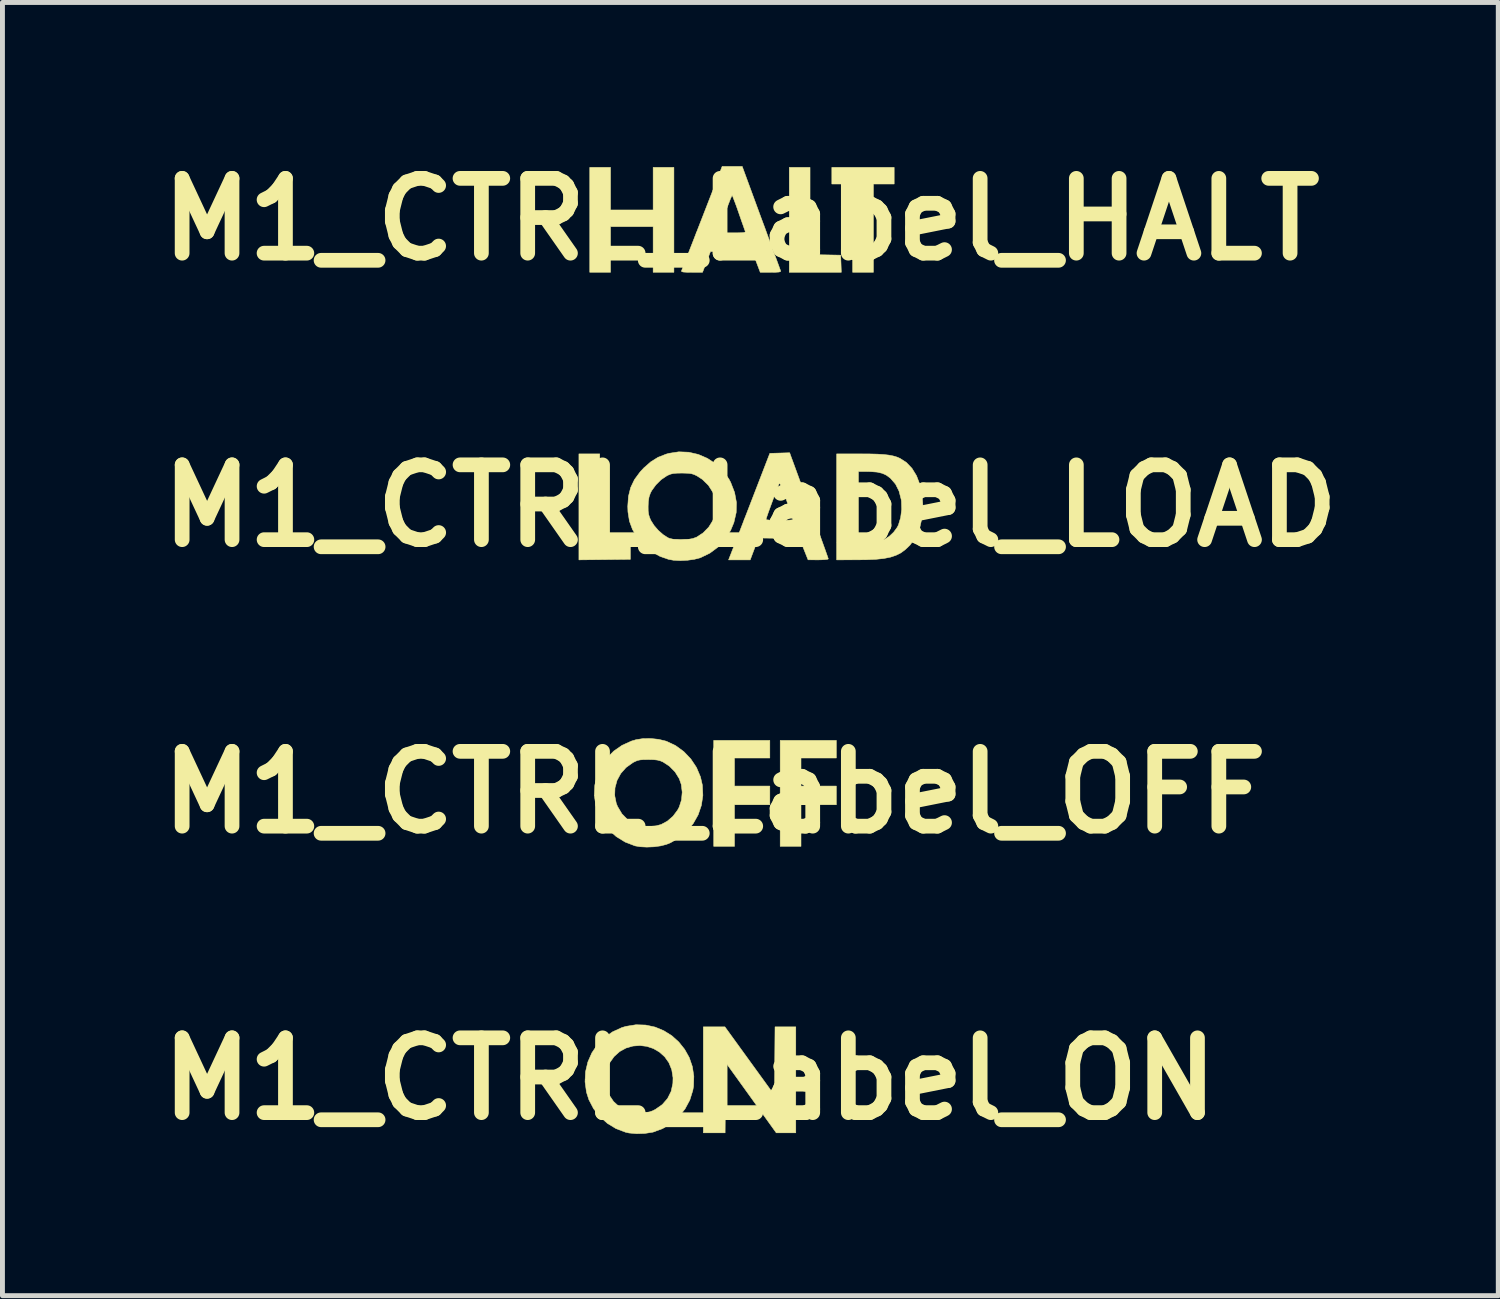
<source format=kicad_pcb>
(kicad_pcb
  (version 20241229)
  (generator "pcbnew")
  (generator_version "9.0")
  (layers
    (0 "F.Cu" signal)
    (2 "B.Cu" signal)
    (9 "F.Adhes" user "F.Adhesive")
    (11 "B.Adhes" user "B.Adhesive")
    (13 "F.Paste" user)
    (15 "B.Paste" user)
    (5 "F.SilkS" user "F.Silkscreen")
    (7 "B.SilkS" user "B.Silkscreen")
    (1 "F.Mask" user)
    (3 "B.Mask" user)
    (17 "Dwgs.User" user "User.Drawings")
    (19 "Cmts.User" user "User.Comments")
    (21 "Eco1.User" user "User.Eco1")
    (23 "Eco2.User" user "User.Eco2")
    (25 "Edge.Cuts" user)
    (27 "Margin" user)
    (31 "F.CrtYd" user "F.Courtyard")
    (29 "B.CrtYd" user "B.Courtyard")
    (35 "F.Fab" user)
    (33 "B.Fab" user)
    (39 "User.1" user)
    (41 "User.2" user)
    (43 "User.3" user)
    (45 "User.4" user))
  (footprint "M1_CTRL_Label_HALT"
    (layer "F.Cu")
    (at 12.054 1.418)
    (property "Reference" "M1_CTRL_Label_HALT" (at 0 0 0) (layer "F.SilkS") (effects (font (size 1.524 1.524) (thickness 0.3))))
    (attr through_hole)
    (fp_poly (pts (xy 1.397 0.719) (xy 1.709 0.724) (xy 2.021 0.73) (xy 2.028 0.905) (xy 2.034 1.079) (xy 0.974 1.079) (xy 0.974 -1.058) (xy 1.397 -1.058) (xy 1.397 0.719)) (stroke (width 0.01) (type solid)) (fill yes) (layer "F.SilkS"))
    (fp_poly (pts (xy 3.111 -0.72) (xy 2.688 -0.72) (xy 2.688 1.079) (xy 2.265 1.079) (xy 2.265 -0.72) (xy 1.841 -0.72) (xy 1.841 -1.058) (xy 3.111 -1.058) (xy 3.111 -0.72)) (stroke (width 0.01) (type solid)) (fill yes) (layer "F.SilkS"))
    (fp_poly (pts (xy -2.667 -0.191) (xy -1.799 -0.191) (xy -1.799 -1.058) (xy -1.376 -1.058) (xy -1.376 1.079) (xy -1.799 1.079) (xy -1.799 0.148) (xy -2.667 0.148) (xy -2.667 1.079) (xy -3.09 1.079) (xy -3.09 -1.058) (xy -2.667 -1.058) (xy -2.667 -0.191)) (stroke (width 0.01) (type solid)) (fill yes) (layer "F.SilkS"))
    (fp_poly (pts (xy 0.402 -0.026) (xy 0.477 0.175) (xy 0.546 0.365) (xy 0.61 0.539) (xy 0.667 0.694) (xy 0.716 0.826) (xy 0.755 0.932) (xy 0.782 1.007) (xy 0.797 1.047) (xy 0.799 1.053) (xy 0.793 1.066) (xy 0.761 1.074) (xy 0.696 1.078) (xy 0.596 1.079) (xy 0.383 1.079) (xy 0.303 0.868) (xy 0.222 0.656) (xy -0.205 0.656) (xy -0.631 0.656) (xy -0.712 0.868) (xy -0.793 1.079) (xy -1.013 1.079) (xy -1.115 1.078) (xy -1.181 1.074) (xy -1.215 1.066) (xy -1.222 1.054) (xy -1.222 1.053) (xy -1.213 1.029) (xy -1.189 0.969) (xy -1.153 0.877) (xy -1.107 0.757) (xy -1.051 0.612) (xy -0.986 0.446) (xy -0.92 0.275) (xy -0.486 0.275) (xy -0.199 0.275) (xy -0.083 0.275) (xy -0.004 0.273) (xy 0.045 0.269) (xy 0.07 0.262) (xy 0.078 0.251) (xy 0.075 0.238) (xy 0.063 0.207) (xy 0.041 0.142) (xy 0.009 0.053) (xy -0.028 -0.054) (xy -0.059 -0.143) (xy -0.098 -0.255) (xy -0.134 -0.352) (xy -0.163 -0.427) (xy -0.182 -0.474) (xy -0.19 -0.487) (xy -0.201 -0.468) (xy -0.224 -0.417) (xy -0.254 -0.339) (xy -0.291 -0.244) (xy -0.305 -0.206) (xy -0.346 -0.095) (xy -0.385 0.012) (xy -0.419 0.103) (xy -0.444 0.167) (xy -0.447 0.175) (xy -0.486 0.275) (xy -0.92 0.275) (xy -0.915 0.264) (xy -0.839 0.068) (xy -0.802 -0.026) (xy -0.393 -1.079) (xy 0.015 -1.079) (xy 0.402 -0.026)) (stroke (width 0.01) (type solid)) (fill yes) (layer "F.SilkS")))
  (footprint "M1_CTRL_Label_LOAD"
    (layer "F.Cu")
    (at 12.236 7.254)
    (property "Reference" "M1_CTRL_Label_LOAD" (at 0 0 0) (layer "F.SilkS") (effects (font (size 1.524 1.524) (thickness 0.3))))
    (attr through_hole)
    (fp_poly (pts (xy -3.069 0.74) (xy -2.757 0.746) (xy -2.445 0.751) (xy -2.445 1.09) (xy -3.493 1.101) (xy -3.493 -1.058) (xy -3.069 -1.058) (xy -3.069 0.74)) (stroke (width 0.01) (type solid)) (fill yes) (layer "F.SilkS"))
    (fp_poly (pts (xy 2.425 -1.057) (xy 2.585 -1.053) (xy 2.715 -1.045) (xy 2.821 -1.033) (xy 2.908 -1.016) (xy 2.983 -0.994) (xy 3.047 -0.967) (xy 3.179 -0.882) (xy 3.292 -0.763) (xy 3.384 -0.613) (xy 3.452 -0.436) (xy 3.496 -0.237) (xy 3.513 -0.02) (xy 3.513 0) (xy 3.497 0.24) (xy 3.449 0.452) (xy 3.368 0.637) (xy 3.256 0.794) (xy 3.24 0.811) (xy 3.155 0.892) (xy 3.066 0.958) (xy 2.966 1.008) (xy 2.852 1.046) (xy 2.716 1.073) (xy 2.553 1.09) (xy 2.359 1.098) (xy 2.185 1.1) (xy 1.757 1.101) (xy 1.757 -0.699) (xy 2.201 -0.699) (xy 2.201 0.746) (xy 2.418 0.737) (xy 2.551 0.727) (xy 2.652 0.71) (xy 2.728 0.685) (xy 2.731 0.684) (xy 2.826 0.624) (xy 2.918 0.538) (xy 2.991 0.439) (xy 3.016 0.389) (xy 3.061 0.239) (xy 3.082 0.073) (xy 3.077 -0.092) (xy 3.072 -0.129) (xy 3.028 -0.3) (xy 2.957 -0.442) (xy 2.856 -0.559) (xy 2.847 -0.567) (xy 2.77 -0.624) (xy 2.684 -0.663) (xy 2.581 -0.687) (xy 2.45 -0.697) (xy 2.37 -0.699) (xy 2.201 -0.699) (xy 1.757 -0.699) (xy 1.757 -1.058) (xy 2.229 -1.058) (xy 2.425 -1.057)) (stroke (width 0.01) (type solid)) (fill yes) (layer "F.SilkS"))
    (fp_poly (pts (xy 0.821 -1.022) (xy 0.832 -0.991) (xy 0.857 -0.924) (xy 0.893 -0.826) (xy 0.939 -0.7) (xy 0.994 -0.55) (xy 1.056 -0.381) (xy 1.124 -0.196) (xy 1.197 0.001) (xy 1.215 0.051) (xy 1.287 0.248) (xy 1.355 0.433) (xy 1.417 0.602) (xy 1.471 0.752) (xy 1.517 0.879) (xy 1.552 0.978) (xy 1.576 1.046) (xy 1.587 1.08) (xy 1.587 1.082) (xy 1.568 1.09) (xy 1.515 1.096) (xy 1.438 1.1) (xy 1.381 1.101) (xy 1.175 1.1) (xy 1.089 0.884) (xy 1.004 0.667) (xy 0.168 0.655) (xy 0.14 0.725) (xy 0.118 0.779) (xy 0.088 0.857) (xy 0.056 0.942) (xy 0.054 0.947) (xy -0.004 1.101) (xy -0.444 1.101) (xy -0.413 1.021) (xy -0.399 0.986) (xy -0.372 0.916) (xy -0.332 0.814) (xy -0.282 0.685) (xy -0.223 0.534) (xy -0.157 0.363) (xy -0.125 0.278) (xy 0.318 0.278) (xy 0.337 0.285) (xy 0.392 0.291) (xy 0.473 0.295) (xy 0.572 0.296) (xy 0.593 0.296) (xy 0.695 0.295) (xy 0.78 0.292) (xy 0.84 0.287) (xy 0.867 0.282) (xy 0.868 0.28) (xy 0.861 0.256) (xy 0.843 0.199) (xy 0.815 0.114) (xy 0.779 0.01) (xy 0.738 -0.109) (xy 0.737 -0.112) (xy 0.687 -0.252) (xy 0.646 -0.357) (xy 0.615 -0.427) (xy 0.595 -0.458) (xy 0.589 -0.458) (xy 0.576 -0.428) (xy 0.551 -0.367) (xy 0.519 -0.283) (xy 0.482 -0.185) (xy 0.443 -0.079) (xy 0.405 0.025) (xy 0.37 0.121) (xy 0.342 0.201) (xy 0.324 0.256) (xy 0.318 0.278) (xy -0.125 0.278) (xy -0.085 0.177) (xy -0.009 -0.02) (xy 0.008 -0.064) (xy 0.396 -1.069) (xy 0.598 -1.075) (xy 0.8 -1.081) (xy 0.821 -1.022)) (stroke (width 0.01) (type solid)) (fill yes) (layer "F.SilkS"))
    (fp_poly (pts (xy -1.257 -1.092) (xy -1.061 -1.047) (xy -0.876 -0.967) (xy -0.707 -0.856) (xy -0.56 -0.716) (xy -0.439 -0.548) (xy -0.402 -0.479) (xy -0.322 -0.273) (xy -0.284 -0.068) (xy -0.289 0.136) (xy -0.336 0.34) (xy -0.401 0.497) (xy -0.514 0.681) (xy -0.657 0.838) (xy -0.826 0.964) (xy -1.016 1.056) (xy -1.027 1.06) (xy -1.144 1.09) (xy -1.283 1.109) (xy -1.428 1.116) (xy -1.564 1.109) (xy -1.668 1.09) (xy -1.84 1.03) (xy -1.986 0.95) (xy -2.121 0.842) (xy -2.17 0.795) (xy -2.305 0.64) (xy -2.402 0.481) (xy -2.464 0.312) (xy -2.494 0.124) (xy -2.498 0.011) (xy -2.083 0.011) (xy -2.082 0.106) (xy -2.072 0.177) (xy -2.052 0.242) (xy -2.026 0.3) (xy -1.962 0.401) (xy -1.876 0.5) (xy -1.779 0.586) (xy -1.682 0.649) (xy -1.646 0.664) (xy -1.545 0.687) (xy -1.422 0.695) (xy -1.293 0.688) (xy -1.176 0.667) (xy -1.097 0.639) (xy -0.964 0.552) (xy -0.849 0.435) (xy -0.765 0.3) (xy -0.72 0.157) (xy -0.705 0.002) (xy -0.723 -0.151) (xy -0.764 -0.275) (xy -0.855 -0.418) (xy -0.979 -0.539) (xy -1.09 -0.611) (xy -1.147 -0.638) (xy -1.199 -0.654) (xy -1.262 -0.663) (xy -1.348 -0.666) (xy -1.397 -0.667) (xy -1.497 -0.665) (xy -1.569 -0.659) (xy -1.624 -0.646) (xy -1.678 -0.624) (xy -1.705 -0.61) (xy -1.82 -0.532) (xy -1.926 -0.426) (xy -2.011 -0.309) (xy -2.037 -0.259) (xy -2.065 -0.177) (xy -2.079 -0.082) (xy -2.083 0.011) (xy -2.498 0.011) (xy -2.498 0.011) (xy -2.484 -0.192) (xy -2.439 -0.372) (xy -2.361 -0.535) (xy -2.246 -0.691) (xy -2.17 -0.773) (xy -2.028 -0.897) (xy -1.882 -0.988) (xy -1.716 -1.053) (xy -1.659 -1.069) (xy -1.458 -1.1) (xy -1.257 -1.092)) (stroke (width 0.01) (type solid)) (fill yes) (layer "F.SilkS")))
  (footprint "M1_CTRL_Label_ON"
    (layer "F.Cu")
    (at 11.002 18.926)
    (property "Reference" "M1_CTRL_Label_ON" (at 0 0 0) (layer "F.SilkS") (effects (font (size 1.524 1.524) (thickness 0.3))))
    (attr through_hole)
    (fp_poly (pts (xy 1.22 -0.361) (xy 1.725 0.336) (xy 1.736 -1.058) (xy 2.159 -1.058) (xy 2.159 1.101) (xy 1.761 1.101) (xy 1.246 0.383) (xy 0.73 -0.334) (xy 0.725 0.383) (xy 0.719 1.101) (xy 0.275 1.101) (xy 0.275 -1.058) (xy 0.715 -1.058) (xy 1.22 -0.361)) (stroke (width 0.01) (type solid)) (fill yes) (layer "F.SilkS"))
    (fp_poly (pts (xy -0.898 -1.095) (xy -0.708 -1.054) (xy -0.53 -0.98) (xy -0.367 -0.878) (xy -0.225 -0.75) (xy -0.105 -0.6) (xy -0.011 -0.432) (xy 0.052 -0.248) (xy 0.082 -0.052) (xy 0.076 0.152) (xy 0.061 0.237) (xy 0.000243 0.432) (xy -0.097 0.613) (xy -0.225 0.773) (xy -0.379 0.909) (xy -0.554 1.014) (xy -0.745 1.085) (xy -0.764 1.089) (xy -0.919 1.113) (xy -1.083 1.118) (xy -1.239 1.104) (xy -1.31 1.088) (xy -1.503 1.015) (xy -1.679 0.908) (xy -1.833 0.77) (xy -1.961 0.608) (xy -2.056 0.426) (xy -2.105 0.273) (xy -2.134 0.062) (xy -2.132 0.011) (xy -1.704 0.011) (xy -1.702 0.115) (xy -1.697 0.189) (xy -1.685 0.244) (xy -1.665 0.294) (xy -1.655 0.313) (xy -1.554 0.462) (xy -1.425 0.58) (xy -1.274 0.663) (xy -1.228 0.68) (xy -1.182 0.687) (xy -1.108 0.692) (xy -1.02 0.692) (xy -0.995 0.692) (xy -0.896 0.686) (xy -0.824 0.675) (xy -0.762 0.654) (xy -0.702 0.624) (xy -0.561 0.525) (xy -0.453 0.401) (xy -0.38 0.255) (xy -0.345 0.091) (xy -0.342 -0.021) (xy -0.368 -0.185) (xy -0.426 -0.328) (xy -0.511 -0.448) (xy -0.618 -0.544) (xy -0.741 -0.616) (xy -0.876 -0.661) (xy -1.017 -0.678) (xy -1.159 -0.667) (xy -1.298 -0.627) (xy -1.428 -0.556) (xy -1.543 -0.453) (xy -1.64 -0.316) (xy -1.641 -0.314) (xy -1.67 -0.258) (xy -1.689 -0.209) (xy -1.699 -0.154) (xy -1.703 -0.082) (xy -1.704 0.011) (xy -2.132 0.011) (xy -2.124 -0.144) (xy -2.077 -0.342) (xy -1.996 -0.527) (xy -1.884 -0.694) (xy -1.742 -0.838) (xy -1.575 -0.956) (xy -1.385 -1.043) (xy -1.301 -1.068) (xy -1.097 -1.101) (xy -0.898 -1.095)) (stroke (width 0.01) (type solid)) (fill yes) (layer "F.SilkS")))
  (footprint "M1_CTRL_Label_OFF"
    (layer "F.Cu")
    (at 11.51 13.09)
    (property "Reference" "M1_CTRL_Label_OFF" (at 0 0 0) (layer "F.SilkS") (effects (font (size 1.524 1.524) (thickness 0.3))))
    (attr through_hole)
    (fp_poly (pts (xy 1.122 -0.699) (xy 0.402 -0.699) (xy 0.402 -0.127) (xy 1.122 -0.127) (xy 1.122 0.254) (xy 0.402 0.254) (xy 0.402 1.101) (xy -0.021 1.101) (xy -0.021 -1.058) (xy 1.122 -1.058) (xy 1.122 -0.699)) (stroke (width 0.01) (type solid)) (fill yes) (layer "F.SilkS"))
    (fp_poly (pts (xy 2.477 -0.699) (xy 1.757 -0.699) (xy 1.757 -0.127) (xy 2.477 -0.127) (xy 2.477 0.254) (xy 1.757 0.254) (xy 1.757 1.101) (xy 1.333 1.101) (xy 1.333 -1.058) (xy 2.477 -1.058) (xy 2.477 -0.699)) (stroke (width 0.01) (type solid)) (fill yes) (layer "F.SilkS"))
    (fp_poly (pts (xy -1.143 -1.079) (xy -0.999 -1.044) (xy -0.985 -1.04) (xy -0.798 -0.952) (xy -0.63 -0.829) (xy -0.487 -0.679) (xy -0.372 -0.506) (xy -0.291 -0.315) (xy -0.252 -0.146) (xy -0.242 0.062) (xy -0.272 0.265) (xy -0.338 0.458) (xy -0.438 0.635) (xy -0.567 0.793) (xy -0.724 0.926) (xy -0.905 1.029) (xy -0.985 1.061) (xy -1.101 1.091) (xy -1.239 1.11) (xy -1.384 1.116) (xy -1.519 1.109) (xy -1.624 1.091) (xy -1.826 1.013) (xy -2.006 0.902) (xy -2.162 0.762) (xy -2.288 0.596) (xy -2.381 0.408) (xy -2.423 0.27) (xy -2.452 0.066) (xy -2.038 0.066) (xy -2.006 0.224) (xy -1.98 0.289) (xy -1.891 0.438) (xy -1.776 0.556) (xy -1.639 0.64) (xy -1.483 0.688) (xy -1.361 0.698) (xy -1.192 0.683) (xy -1.091 0.655) (xy -0.965 0.587) (xy -0.85 0.487) (xy -0.757 0.363) (xy -0.724 0.301) (xy -0.677 0.155) (xy -0.663 -0.003) (xy -0.682 -0.16) (xy -0.723 -0.278) (xy -0.808 -0.415) (xy -0.923 -0.532) (xy -1.054 -0.618) (xy -1.111 -0.642) (xy -1.17 -0.657) (xy -1.244 -0.665) (xy -1.345 -0.667) (xy -1.355 -0.667) (xy -1.453 -0.666) (xy -1.522 -0.66) (xy -1.576 -0.648) (xy -1.627 -0.626) (xy -1.668 -0.605) (xy -1.806 -0.506) (xy -1.914 -0.384) (xy -1.99 -0.244) (xy -2.032 -0.091) (xy -2.038 0.066) (xy -2.452 0.066) (xy -2.453 0.058) (xy -2.443 -0.148) (xy -2.395 -0.346) (xy -2.313 -0.53) (xy -2.2 -0.696) (xy -2.057 -0.84) (xy -1.887 -0.958) (xy -1.694 -1.045) (xy -1.603 -1.072) (xy -1.463 -1.094) (xy -1.304 -1.096) (xy -1.143 -1.079)) (stroke (width 0.01) (type solid)) (fill yes) (layer "F.SilkS")))
  (gr_rect
    (start -3 -3)
    (end 27.471 23.344)
    (stroke (width 0.1) (type default))
    (fill no)
    (layer "Edge.Cuts")))
</source>
